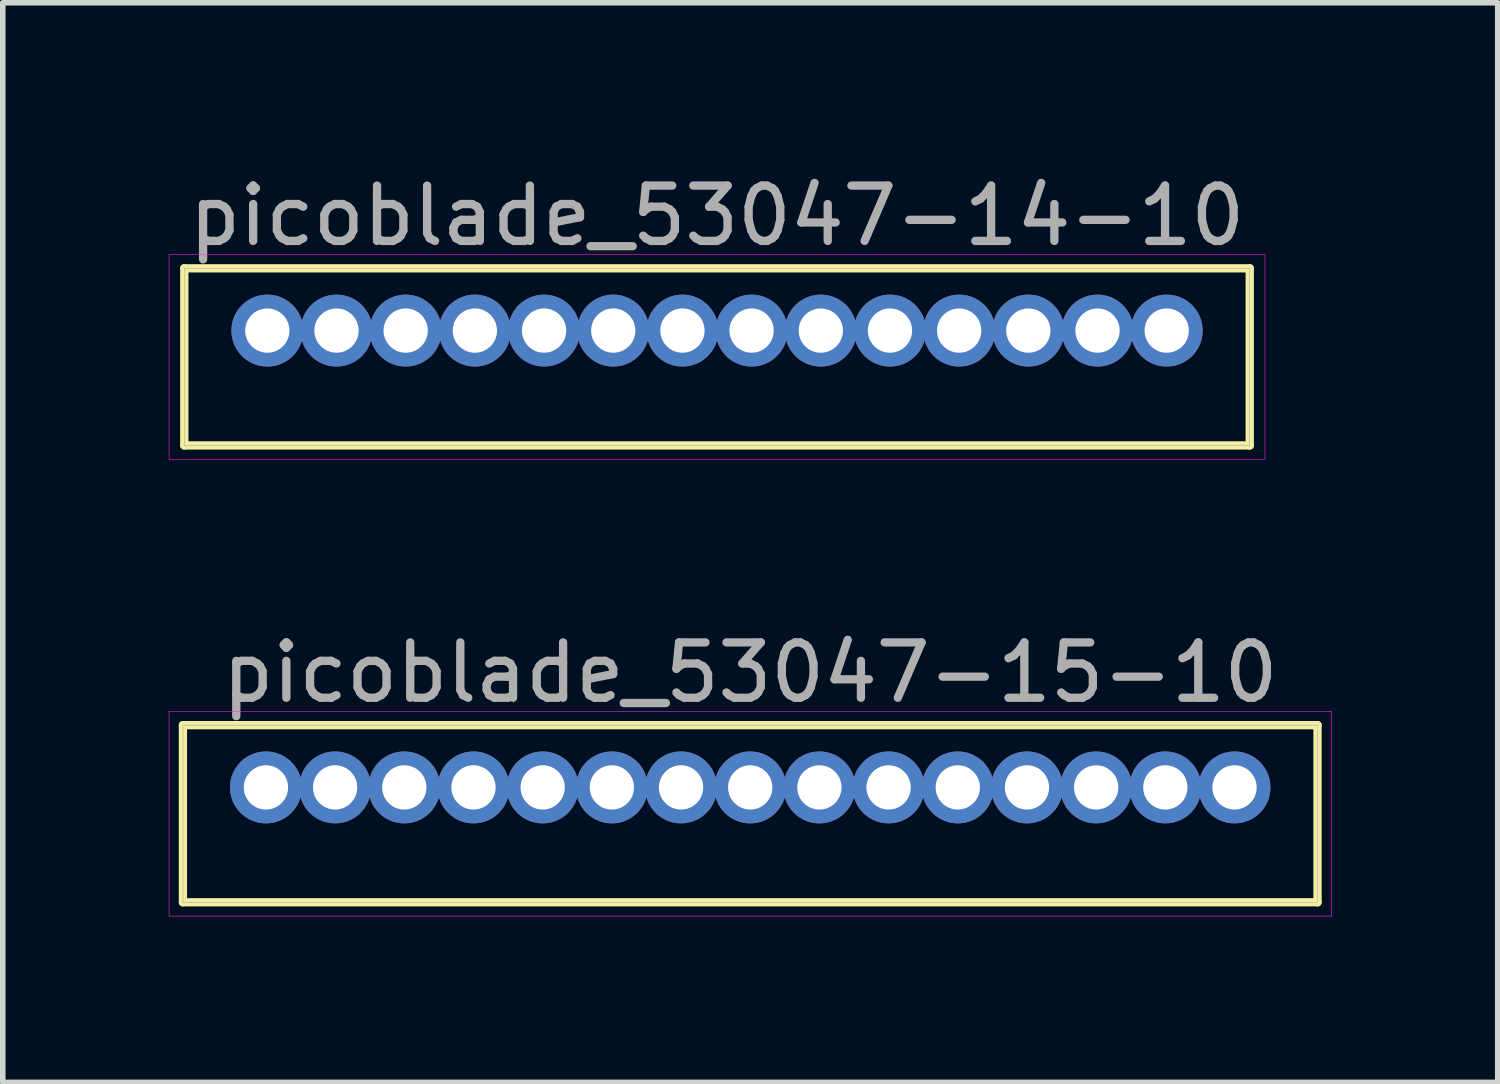
<source format=kicad_pcb>
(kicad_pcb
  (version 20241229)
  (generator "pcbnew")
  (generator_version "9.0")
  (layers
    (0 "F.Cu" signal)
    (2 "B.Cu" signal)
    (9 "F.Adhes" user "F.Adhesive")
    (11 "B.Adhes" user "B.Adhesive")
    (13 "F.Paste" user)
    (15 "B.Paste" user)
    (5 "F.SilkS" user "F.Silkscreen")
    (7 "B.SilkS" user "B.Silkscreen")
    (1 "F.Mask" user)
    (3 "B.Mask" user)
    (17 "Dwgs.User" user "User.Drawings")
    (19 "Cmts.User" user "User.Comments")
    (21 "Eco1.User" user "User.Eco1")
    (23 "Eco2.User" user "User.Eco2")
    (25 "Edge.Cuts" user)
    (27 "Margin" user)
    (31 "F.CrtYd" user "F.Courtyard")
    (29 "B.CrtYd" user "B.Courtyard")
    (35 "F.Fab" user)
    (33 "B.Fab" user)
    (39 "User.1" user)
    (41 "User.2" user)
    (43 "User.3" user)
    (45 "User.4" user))
  (footprint "picoblade_53047-15-10"
    (layer "F.Cu")
    (at 10.505 11.177)
    (property "Reference" "picoblade_53047-15-10" (at 0 -2.075 0) (layer "F.Fab") (effects (font (size 1 1) (thickness 0.15))))
    (attr through_hole)
    (fp_line (start -10.25 -1.125) (end 10.25 -1.125) (stroke (width 0.15) (type solid)) (layer "F.SilkS"))
    (fp_line (start -10.25 2.075) (end -10.25 -1.125) (stroke (width 0.15) (type solid)) (layer "F.SilkS"))
    (fp_line (start 10.25 -1.125) (end 10.25 2.075) (stroke (width 0.15) (type solid)) (layer "F.SilkS"))
    (fp_line (start 10.25 2.075) (end -10.25 2.075) (stroke (width 0.15) (type solid)) (layer "F.SilkS"))
    (fp_line (start -10.5 -1.375) (end 10.5 -1.375) (stroke (width 0.01) (type solid)) (layer "F.CrtYd"))
    (fp_line (start -10.5 2.325) (end -10.5 -1.375) (stroke (width 0.01) (type solid)) (layer "F.CrtYd"))
    (fp_line (start 10.5 -1.375) (end 10.5 2.325) (stroke (width 0.01) (type solid)) (layer "F.CrtYd"))
    (fp_line (start 10.5 2.325) (end -10.5 2.325) (stroke (width 0.01) (type solid)) (layer "F.CrtYd"))
    (fp_line (start -10.25 -1.125) (end 10.25 -1.125) (stroke (width 0.01) (type solid)) (layer "F.Fab"))
    (fp_line (start -10.25 2.075) (end -10.25 -1.125) (stroke (width 0.01) (type solid)) (layer "F.Fab"))
    (fp_line (start -9 -0.25) (end -8.5 -0.25) (stroke (width 0.01) (type solid)) (layer "F.Fab"))
    (fp_line (start -9 0.25) (end -9 -0.25) (stroke (width 0.01) (type solid)) (layer "F.Fab"))
    (fp_line (start -8.5 -0.25) (end -8.5 0.25) (stroke (width 0.01) (type solid)) (layer "F.Fab"))
    (fp_line (start -8.5 0.25) (end -9 0.25) (stroke (width 0.01) (type solid)) (layer "F.Fab"))
    (fp_line (start -7.75 -0.25) (end -7.25 -0.25) (stroke (width 0.01) (type solid)) (layer "F.Fab"))
    (fp_line (start -7.75 0.25) (end -7.75 -0.25) (stroke (width 0.01) (type solid)) (layer "F.Fab"))
    (fp_line (start -7.25 -0.25) (end -7.25 0.25) (stroke (width 0.01) (type solid)) (layer "F.Fab"))
    (fp_line (start -7.25 0.25) (end -7.75 0.25) (stroke (width 0.01) (type solid)) (layer "F.Fab"))
    (fp_line (start -6.5 -0.25) (end -6 -0.25) (stroke (width 0.01) (type solid)) (layer "F.Fab"))
    (fp_line (start -6.5 0.25) (end -6.5 -0.25) (stroke (width 0.01) (type solid)) (layer "F.Fab"))
    (fp_line (start -6 -0.25) (end -6 0.25) (stroke (width 0.01) (type solid)) (layer "F.Fab"))
    (fp_line (start -6 0.25) (end -6.5 0.25) (stroke (width 0.01) (type solid)) (layer "F.Fab"))
    (fp_line (start -5.25 -0.25) (end -4.75 -0.25) (stroke (width 0.01) (type solid)) (layer "F.Fab"))
    (fp_line (start -5.25 0.25) (end -5.25 -0.25) (stroke (width 0.01) (type solid)) (layer "F.Fab"))
    (fp_line (start -4.75 -0.25) (end -4.75 0.25) (stroke (width 0.01) (type solid)) (layer "F.Fab"))
    (fp_line (start -4.75 0.25) (end -5.25 0.25) (stroke (width 0.01) (type solid)) (layer "F.Fab"))
    (fp_line (start -4 -0.25) (end -3.5 -0.25) (stroke (width 0.01) (type solid)) (layer "F.Fab"))
    (fp_line (start -4 0.25) (end -4 -0.25) (stroke (width 0.01) (type solid)) (layer "F.Fab"))
    (fp_line (start -3.5 -0.25) (end -3.5 0.25) (stroke (width 0.01) (type solid)) (layer "F.Fab"))
    (fp_line (start -3.5 0.25) (end -4 0.25) (stroke (width 0.01) (type solid)) (layer "F.Fab"))
    (fp_line (start -2.75 -0.25) (end -2.25 -0.25) (stroke (width 0.01) (type solid)) (layer "F.Fab"))
    (fp_line (start -2.75 0.25) (end -2.75 -0.25) (stroke (width 0.01) (type solid)) (layer "F.Fab"))
    (fp_line (start -2.25 -0.25) (end -2.25 0.25) (stroke (width 0.01) (type solid)) (layer "F.Fab"))
    (fp_line (start -2.25 0.25) (end -2.75 0.25) (stroke (width 0.01) (type solid)) (layer "F.Fab"))
    (fp_line (start -1.5 -0.25) (end -1 -0.25) (stroke (width 0.01) (type solid)) (layer "F.Fab"))
    (fp_line (start -1.5 0.25) (end -1.5 -0.25) (stroke (width 0.01) (type solid)) (layer "F.Fab"))
    (fp_line (start -1 -0.25) (end -1 0.25) (stroke (width 0.01) (type solid)) (layer "F.Fab"))
    (fp_line (start -1 0.25) (end -1.5 0.25) (stroke (width 0.01) (type solid)) (layer "F.Fab"))
    (fp_line (start -0.25 -0.25) (end 0.25 -0.25) (stroke (width 0.01) (type solid)) (layer "F.Fab"))
    (fp_line (start -0.25 0.25) (end -0.25 -0.25) (stroke (width 0.01) (type solid)) (layer "F.Fab"))
    (fp_line (start 0.25 -0.25) (end 0.25 0.25) (stroke (width 0.01) (type solid)) (layer "F.Fab"))
    (fp_line (start 0.25 0.25) (end -0.25 0.25) (stroke (width 0.01) (type solid)) (layer "F.Fab"))
    (fp_line (start 1 -0.25) (end 1.5 -0.25) (stroke (width 0.01) (type solid)) (layer "F.Fab"))
    (fp_line (start 1 0.25) (end 1 -0.25) (stroke (width 0.01) (type solid)) (layer "F.Fab"))
    (fp_line (start 1.5 -0.25) (end 1.5 0.25) (stroke (width 0.01) (type solid)) (layer "F.Fab"))
    (fp_line (start 1.5 0.25) (end 1 0.25) (stroke (width 0.01) (type solid)) (layer "F.Fab"))
    (fp_line (start 2.25 -0.25) (end 2.75 -0.25) (stroke (width 0.01) (type solid)) (layer "F.Fab"))
    (fp_line (start 2.25 0.25) (end 2.25 -0.25) (stroke (width 0.01) (type solid)) (layer "F.Fab"))
    (fp_line (start 2.75 -0.25) (end 2.75 0.25) (stroke (width 0.01) (type solid)) (layer "F.Fab"))
    (fp_line (start 2.75 0.25) (end 2.25 0.25) (stroke (width 0.01) (type solid)) (layer "F.Fab"))
    (fp_line (start 3.5 -0.25) (end 4 -0.25) (stroke (width 0.01) (type solid)) (layer "F.Fab"))
    (fp_line (start 3.5 0.25) (end 3.5 -0.25) (stroke (width 0.01) (type solid)) (layer "F.Fab"))
    (fp_line (start 4 -0.25) (end 4 0.25) (stroke (width 0.01) (type solid)) (layer "F.Fab"))
    (fp_line (start 4 0.25) (end 3.5 0.25) (stroke (width 0.01) (type solid)) (layer "F.Fab"))
    (fp_line (start 4.75 -0.25) (end 5.25 -0.25) (stroke (width 0.01) (type solid)) (layer "F.Fab"))
    (fp_line (start 4.75 0.25) (end 4.75 -0.25) (stroke (width 0.01) (type solid)) (layer "F.Fab"))
    (fp_line (start 5.25 -0.25) (end 5.25 0.25) (stroke (width 0.01) (type solid)) (layer "F.Fab"))
    (fp_line (start 5.25 0.25) (end 4.75 0.25) (stroke (width 0.01) (type solid)) (layer "F.Fab"))
    (fp_line (start 6 -0.25) (end 6.5 -0.25) (stroke (width 0.01) (type solid)) (layer "F.Fab"))
    (fp_line (start 6 0.25) (end 6 -0.25) (stroke (width 0.01) (type solid)) (layer "F.Fab"))
    (fp_line (start 6.5 -0.25) (end 6.5 0.25) (stroke (width 0.01) (type solid)) (layer "F.Fab"))
    (fp_line (start 6.5 0.25) (end 6 0.25) (stroke (width 0.01) (type solid)) (layer "F.Fab"))
    (fp_line (start 7.25 -0.25) (end 7.75 -0.25) (stroke (width 0.01) (type solid)) (layer "F.Fab"))
    (fp_line (start 7.25 0.25) (end 7.25 -0.25) (stroke (width 0.01) (type solid)) (layer "F.Fab"))
    (fp_line (start 7.75 -0.25) (end 7.75 0.25) (stroke (width 0.01) (type solid)) (layer "F.Fab"))
    (fp_line (start 7.75 0.25) (end 7.25 0.25) (stroke (width 0.01) (type solid)) (layer "F.Fab"))
    (fp_line (start 8.5 -0.25) (end 9 -0.25) (stroke (width 0.01) (type solid)) (layer "F.Fab"))
    (fp_line (start 8.5 0.25) (end 8.5 -0.25) (stroke (width 0.01) (type solid)) (layer "F.Fab"))
    (fp_line (start 9 -0.25) (end 9 0.25) (stroke (width 0.01) (type solid)) (layer "F.Fab"))
    (fp_line (start 9 0.25) (end 8.5 0.25) (stroke (width 0.01) (type solid)) (layer "F.Fab"))
    (fp_line (start 10.25 -1.125) (end 10.25 2.075) (stroke (width 0.01) (type solid)) (layer "F.Fab"))
    (fp_line (start 10.25 2.075) (end -10.25 2.075) (stroke (width 0.01) (type solid)) (layer "F.Fab"))
    (pad "1" thru_hole circle (at 8.75 0) (size 1.3 1.3) (drill 0.8) (layers "*.Cu" "*.Mask"))
    (pad "2" thru_hole circle (at 7.5 0) (size 1.3 1.3) (drill 0.8) (layers "*.Cu" "*.Mask"))
    (pad "3" thru_hole circle (at 6.25 0) (size 1.3 1.3) (drill 0.8) (layers "*.Cu" "*.Mask"))
    (pad "4" thru_hole circle (at 5 0) (size 1.3 1.3) (drill 0.8) (layers "*.Cu" "*.Mask"))
    (pad "5" thru_hole circle (at 3.75 0) (size 1.3 1.3) (drill 0.8) (layers "*.Cu" "*.Mask"))
    (pad "6" thru_hole circle (at 2.5 0) (size 1.3 1.3) (drill 0.8) (layers "*.Cu" "*.Mask"))
    (pad "7" thru_hole circle (at 1.25 0) (size 1.3 1.3) (drill 0.8) (layers "*.Cu" "*.Mask"))
    (pad "8" thru_hole circle (at 0 0) (size 1.3 1.3) (drill 0.8) (layers "*.Cu" "*.Mask"))
    (pad "9" thru_hole circle (at -1.25 0) (size 1.3 1.3) (drill 0.8) (layers "*.Cu" "*.Mask"))
    (pad "10" thru_hole circle (at -2.5 0) (size 1.3 1.3) (drill 0.8) (layers "*.Cu" "*.Mask"))
    (pad "11" thru_hole circle (at -3.75 0) (size 1.3 1.3) (drill 0.8) (layers "*.Cu" "*.Mask"))
    (pad "12" thru_hole circle (at -5 0) (size 1.3 1.3) (drill 0.8) (layers "*.Cu" "*.Mask"))
    (pad "13" thru_hole circle (at -6.25 0) (size 1.3 1.3) (drill 0.8) (layers "*.Cu" "*.Mask"))
    (pad "14" thru_hole circle (at -7.5 0) (size 1.3 1.3) (drill 0.8) (layers "*.Cu" "*.Mask"))
    (pad "15" thru_hole circle (at -8.75 0) (size 1.3 1.3) (drill 0.8) (layers "*.Cu" "*.Mask")))
  (footprint "picoblade_53047-14-10"
    (layer "F.Cu")
    (at 9.905 2.923)
    (property "Reference" "picoblade_53047-14-10" (at 0 -2.075 0) (layer "F.Fab") (effects (font (size 1 1) (thickness 0.15))))
    (attr through_hole)
    (fp_line (start -9.625 -1.125) (end 9.625 -1.125) (stroke (width 0.15) (type solid)) (layer "F.SilkS"))
    (fp_line (start -9.625 2.075) (end -9.625 -1.125) (stroke (width 0.15) (type solid)) (layer "F.SilkS"))
    (fp_line (start 9.625 -1.125) (end 9.625 2.075) (stroke (width 0.15) (type solid)) (layer "F.SilkS"))
    (fp_line (start 9.625 2.075) (end -9.625 2.075) (stroke (width 0.15) (type solid)) (layer "F.SilkS"))
    (fp_line (start -9.9 -1.375) (end 9.9 -1.375) (stroke (width 0.01) (type solid)) (layer "F.CrtYd"))
    (fp_line (start -9.9 2.325) (end -9.9 -1.375) (stroke (width 0.01) (type solid)) (layer "F.CrtYd"))
    (fp_line (start 9.9 -1.375) (end 9.9 2.325) (stroke (width 0.01) (type solid)) (layer "F.CrtYd"))
    (fp_line (start 9.9 2.325) (end -9.9 2.325) (stroke (width 0.01) (type solid)) (layer "F.CrtYd"))
    (fp_line (start -9.625 -1.125) (end 9.625 -1.125) (stroke (width 0.01) (type solid)) (layer "F.Fab"))
    (fp_line (start -9.625 2.075) (end -9.625 -1.125) (stroke (width 0.01) (type solid)) (layer "F.Fab"))
    (fp_line (start -8.375 -0.25) (end -7.875 -0.25) (stroke (width 0.01) (type solid)) (layer "F.Fab"))
    (fp_line (start -8.375 0.25) (end -8.375 -0.25) (stroke (width 0.01) (type solid)) (layer "F.Fab"))
    (fp_line (start -7.875 -0.25) (end -7.875 0.25) (stroke (width 0.01) (type solid)) (layer "F.Fab"))
    (fp_line (start -7.875 0.25) (end -8.375 0.25) (stroke (width 0.01) (type solid)) (layer "F.Fab"))
    (fp_line (start -7.125 -0.25) (end -6.625 -0.25) (stroke (width 0.01) (type solid)) (layer "F.Fab"))
    (fp_line (start -7.125 0.25) (end -7.125 -0.25) (stroke (width 0.01) (type solid)) (layer "F.Fab"))
    (fp_line (start -6.625 -0.25) (end -6.625 0.25) (stroke (width 0.01) (type solid)) (layer "F.Fab"))
    (fp_line (start -6.625 0.25) (end -7.125 0.25) (stroke (width 0.01) (type solid)) (layer "F.Fab"))
    (fp_line (start -5.875 -0.25) (end -5.375 -0.25) (stroke (width 0.01) (type solid)) (layer "F.Fab"))
    (fp_line (start -5.875 0.25) (end -5.875 -0.25) (stroke (width 0.01) (type solid)) (layer "F.Fab"))
    (fp_line (start -5.375 -0.25) (end -5.375 0.25) (stroke (width 0.01) (type solid)) (layer "F.Fab"))
    (fp_line (start -5.375 0.25) (end -5.875 0.25) (stroke (width 0.01) (type solid)) (layer "F.Fab"))
    (fp_line (start -4.625 -0.25) (end -4.125 -0.25) (stroke (width 0.01) (type solid)) (layer "F.Fab"))
    (fp_line (start -4.625 0.25) (end -4.625 -0.25) (stroke (width 0.01) (type solid)) (layer "F.Fab"))
    (fp_line (start -4.125 -0.25) (end -4.125 0.25) (stroke (width 0.01) (type solid)) (layer "F.Fab"))
    (fp_line (start -4.125 0.25) (end -4.625 0.25) (stroke (width 0.01) (type solid)) (layer "F.Fab"))
    (fp_line (start -3.375 -0.25) (end -2.875 -0.25) (stroke (width 0.01) (type solid)) (layer "F.Fab"))
    (fp_line (start -3.375 0.25) (end -3.375 -0.25) (stroke (width 0.01) (type solid)) (layer "F.Fab"))
    (fp_line (start -2.875 -0.25) (end -2.875 0.25) (stroke (width 0.01) (type solid)) (layer "F.Fab"))
    (fp_line (start -2.875 0.25) (end -3.375 0.25) (stroke (width 0.01) (type solid)) (layer "F.Fab"))
    (fp_line (start -2.125 -0.25) (end -1.625 -0.25) (stroke (width 0.01) (type solid)) (layer "F.Fab"))
    (fp_line (start -2.125 0.25) (end -2.125 -0.25) (stroke (width 0.01) (type solid)) (layer "F.Fab"))
    (fp_line (start -1.625 -0.25) (end -1.625 0.25) (stroke (width 0.01) (type solid)) (layer "F.Fab"))
    (fp_line (start -1.625 0.25) (end -2.125 0.25) (stroke (width 0.01) (type solid)) (layer "F.Fab"))
    (fp_line (start -0.875 -0.25) (end -0.375 -0.25) (stroke (width 0.01) (type solid)) (layer "F.Fab"))
    (fp_line (start -0.875 0.25) (end -0.875 -0.25) (stroke (width 0.01) (type solid)) (layer "F.Fab"))
    (fp_line (start -0.375 -0.25) (end -0.375 0.25) (stroke (width 0.01) (type solid)) (layer "F.Fab"))
    (fp_line (start -0.375 0.25) (end -0.875 0.25) (stroke (width 0.01) (type solid)) (layer "F.Fab"))
    (fp_line (start 0.375 -0.25) (end 0.875 -0.25) (stroke (width 0.01) (type solid)) (layer "F.Fab"))
    (fp_line (start 0.375 0.25) (end 0.375 -0.25) (stroke (width 0.01) (type solid)) (layer "F.Fab"))
    (fp_line (start 0.875 -0.25) (end 0.875 0.25) (stroke (width 0.01) (type solid)) (layer "F.Fab"))
    (fp_line (start 0.875 0.25) (end 0.375 0.25) (stroke (width 0.01) (type solid)) (layer "F.Fab"))
    (fp_line (start 1.625 -0.25) (end 2.125 -0.25) (stroke (width 0.01) (type solid)) (layer "F.Fab"))
    (fp_line (start 1.625 0.25) (end 1.625 -0.25) (stroke (width 0.01) (type solid)) (layer "F.Fab"))
    (fp_line (start 2.125 -0.25) (end 2.125 0.25) (stroke (width 0.01) (type solid)) (layer "F.Fab"))
    (fp_line (start 2.125 0.25) (end 1.625 0.25) (stroke (width 0.01) (type solid)) (layer "F.Fab"))
    (fp_line (start 2.875 -0.25) (end 3.375 -0.25) (stroke (width 0.01) (type solid)) (layer "F.Fab"))
    (fp_line (start 2.875 0.25) (end 2.875 -0.25) (stroke (width 0.01) (type solid)) (layer "F.Fab"))
    (fp_line (start 3.375 -0.25) (end 3.375 0.25) (stroke (width 0.01) (type solid)) (layer "F.Fab"))
    (fp_line (start 3.375 0.25) (end 2.875 0.25) (stroke (width 0.01) (type solid)) (layer "F.Fab"))
    (fp_line (start 4.125 -0.25) (end 4.625 -0.25) (stroke (width 0.01) (type solid)) (layer "F.Fab"))
    (fp_line (start 4.125 0.25) (end 4.125 -0.25) (stroke (width 0.01) (type solid)) (layer "F.Fab"))
    (fp_line (start 4.625 -0.25) (end 4.625 0.25) (stroke (width 0.01) (type solid)) (layer "F.Fab"))
    (fp_line (start 4.625 0.25) (end 4.125 0.25) (stroke (width 0.01) (type solid)) (layer "F.Fab"))
    (fp_line (start 5.375 -0.25) (end 5.875 -0.25) (stroke (width 0.01) (type solid)) (layer "F.Fab"))
    (fp_line (start 5.375 0.25) (end 5.375 -0.25) (stroke (width 0.01) (type solid)) (layer "F.Fab"))
    (fp_line (start 5.875 -0.25) (end 5.875 0.25) (stroke (width 0.01) (type solid)) (layer "F.Fab"))
    (fp_line (start 5.875 0.25) (end 5.375 0.25) (stroke (width 0.01) (type solid)) (layer "F.Fab"))
    (fp_line (start 6.625 -0.25) (end 7.125 -0.25) (stroke (width 0.01) (type solid)) (layer "F.Fab"))
    (fp_line (start 6.625 0.25) (end 6.625 -0.25) (stroke (width 0.01) (type solid)) (layer "F.Fab"))
    (fp_line (start 7.125 -0.25) (end 7.125 0.25) (stroke (width 0.01) (type solid)) (layer "F.Fab"))
    (fp_line (start 7.125 0.25) (end 6.625 0.25) (stroke (width 0.01) (type solid)) (layer "F.Fab"))
    (fp_line (start 7.875 -0.25) (end 8.375 -0.25) (stroke (width 0.01) (type solid)) (layer "F.Fab"))
    (fp_line (start 7.875 0.25) (end 7.875 -0.25) (stroke (width 0.01) (type solid)) (layer "F.Fab"))
    (fp_line (start 8.375 -0.25) (end 8.375 0.25) (stroke (width 0.01) (type solid)) (layer "F.Fab"))
    (fp_line (start 8.375 0.25) (end 7.875 0.25) (stroke (width 0.01) (type solid)) (layer "F.Fab"))
    (fp_line (start 9.625 -1.125) (end 9.625 2.075) (stroke (width 0.01) (type solid)) (layer "F.Fab"))
    (fp_line (start 9.625 2.075) (end -9.625 2.075) (stroke (width 0.01) (type solid)) (layer "F.Fab"))
    (pad "1" thru_hole circle (at 8.125 0) (size 1.3 1.3) (drill 0.8) (layers "*.Cu" "*.Mask"))
    (pad "2" thru_hole circle (at 6.875 0) (size 1.3 1.3) (drill 0.8) (layers "*.Cu" "*.Mask"))
    (pad "3" thru_hole circle (at 5.625 0) (size 1.3 1.3) (drill 0.8) (layers "*.Cu" "*.Mask"))
    (pad "4" thru_hole circle (at 4.375 0) (size 1.3 1.3) (drill 0.8) (layers "*.Cu" "*.Mask"))
    (pad "5" thru_hole circle (at 3.125 0) (size 1.3 1.3) (drill 0.8) (layers "*.Cu" "*.Mask"))
    (pad "6" thru_hole circle (at 1.875 0) (size 1.3 1.3) (drill 0.8) (layers "*.Cu" "*.Mask"))
    (pad "7" thru_hole circle (at 0.625 0) (size 1.3 1.3) (drill 0.8) (layers "*.Cu" "*.Mask"))
    (pad "8" thru_hole circle (at -0.625 0) (size 1.3 1.3) (drill 0.8) (layers "*.Cu" "*.Mask"))
    (pad "9" thru_hole circle (at -1.875 0) (size 1.3 1.3) (drill 0.8) (layers "*.Cu" "*.Mask"))
    (pad "10" thru_hole circle (at -3.125 0) (size 1.3 1.3) (drill 0.8) (layers "*.Cu" "*.Mask"))
    (pad "11" thru_hole circle (at -4.375 0) (size 1.3 1.3) (drill 0.8) (layers "*.Cu" "*.Mask"))
    (pad "12" thru_hole circle (at -5.625 0) (size 1.3 1.3) (drill 0.8) (layers "*.Cu" "*.Mask"))
    (pad "13" thru_hole circle (at -6.875 0) (size 1.3 1.3) (drill 0.8) (layers "*.Cu" "*.Mask"))
    (pad "14" thru_hole circle (at -8.125 0) (size 1.3 1.3) (drill 0.8) (layers "*.Cu" "*.Mask")))
  (gr_rect
    (start -3 -3)
    (end 24.01 16.506)
    (stroke (width 0.1) (type default))
    (fill no)
    (layer "Edge.Cuts")))
</source>
